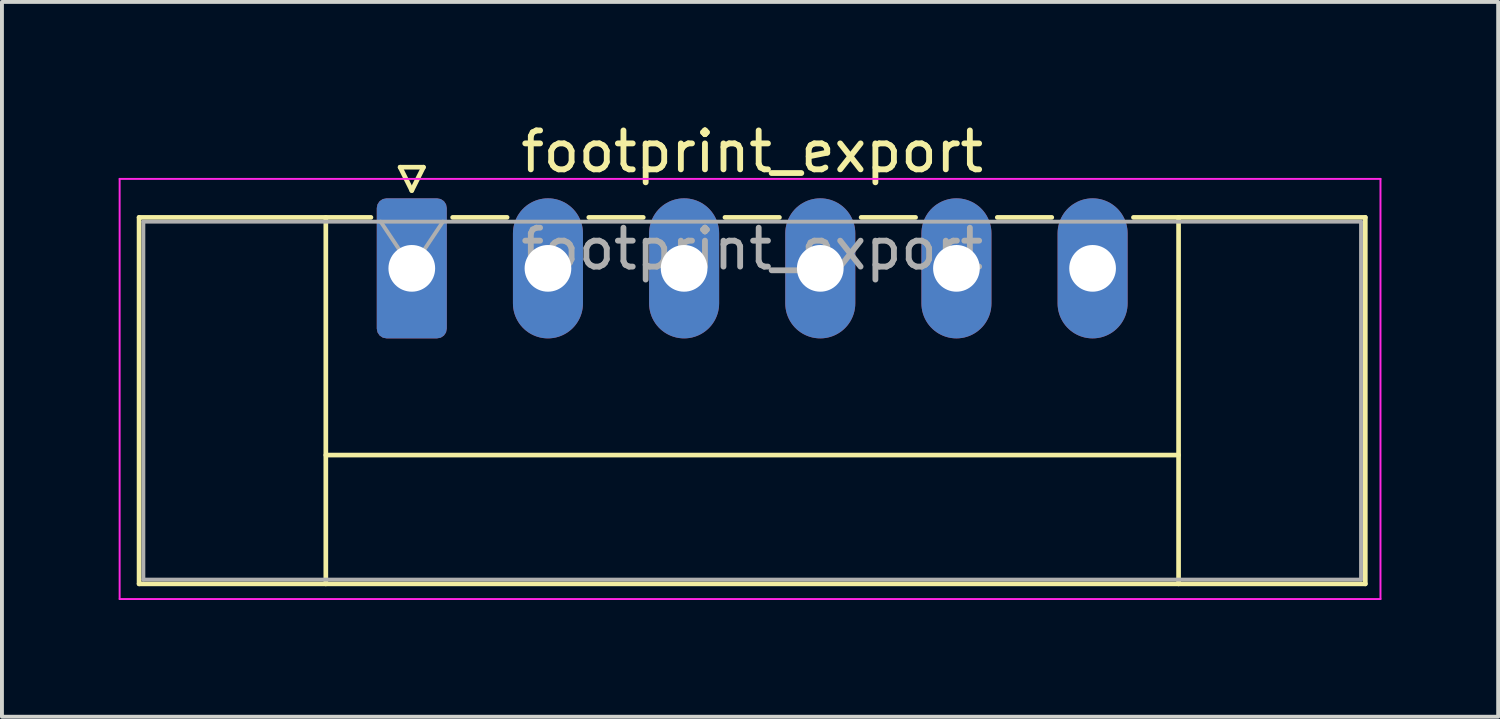
<source format=kicad_pcb>
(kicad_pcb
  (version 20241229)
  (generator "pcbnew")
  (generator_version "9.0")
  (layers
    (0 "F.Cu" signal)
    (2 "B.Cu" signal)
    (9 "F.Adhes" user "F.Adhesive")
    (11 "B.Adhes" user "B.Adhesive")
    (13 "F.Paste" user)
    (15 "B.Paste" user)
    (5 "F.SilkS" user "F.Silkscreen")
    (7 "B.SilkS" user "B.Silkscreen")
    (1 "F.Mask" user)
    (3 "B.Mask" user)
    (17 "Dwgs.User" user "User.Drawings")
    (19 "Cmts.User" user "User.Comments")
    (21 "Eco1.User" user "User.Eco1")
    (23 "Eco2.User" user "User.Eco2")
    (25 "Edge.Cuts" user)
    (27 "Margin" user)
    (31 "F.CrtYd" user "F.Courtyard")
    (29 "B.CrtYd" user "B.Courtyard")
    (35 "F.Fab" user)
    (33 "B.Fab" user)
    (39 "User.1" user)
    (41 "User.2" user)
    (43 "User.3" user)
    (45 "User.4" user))
  (footprint "footprint_export"
    (layer "F.Cu")
    (at 7.535 3.848)
    (property "Reference" "footprint_export" (at 8.75 -3 0) (layer "F.SilkS") (effects (font (size 1 1) (thickness 0.15))))
    (attr through_hole)
    (fp_line (start -7.01 -1.31) (end -7.01 8.11) (stroke (width 0.12) (type solid)) (layer "F.SilkS"))
    (fp_line (start -7.01 -1.31) (end -1.05 -1.31) (stroke (width 0.12) (type solid)) (layer "F.SilkS"))
    (fp_line (start -7.01 8.11) (end 24.51 8.11) (stroke (width 0.12) (type solid)) (layer "F.SilkS"))
    (fp_line (start -2.21 -1.31) (end -2.21 8.11) (stroke (width 0.12) (type solid)) (layer "F.SilkS"))
    (fp_line (start -2.21 4.8) (end 19.71 4.8) (stroke (width 0.12) (type solid)) (layer "F.SilkS"))
    (fp_line (start -0.3 -2.6) (end 0.3 -2.6) (stroke (width 0.12) (type solid)) (layer "F.SilkS"))
    (fp_line (start 0 -2) (end -0.3 -2.6) (stroke (width 0.12) (type solid)) (layer "F.SilkS"))
    (fp_line (start 0.3 -2.6) (end 0 -2) (stroke (width 0.12) (type solid)) (layer "F.SilkS"))
    (fp_line (start 1.05 -1.31) (end 2.45 -1.31) (stroke (width 0.12) (type solid)) (layer "F.SilkS"))
    (fp_line (start 4.55 -1.31) (end 5.95 -1.31) (stroke (width 0.12) (type solid)) (layer "F.SilkS"))
    (fp_line (start 8.05 -1.31) (end 9.45 -1.31) (stroke (width 0.12) (type solid)) (layer "F.SilkS"))
    (fp_line (start 11.55 -1.31) (end 12.95 -1.31) (stroke (width 0.12) (type solid)) (layer "F.SilkS"))
    (fp_line (start 15.05 -1.31) (end 16.45 -1.31) (stroke (width 0.12) (type solid)) (layer "F.SilkS"))
    (fp_line (start 19.71 -1.31) (end 19.71 8.11) (stroke (width 0.12) (type solid)) (layer "F.SilkS"))
    (fp_line (start 24.51 -1.31) (end 18.55 -1.31) (stroke (width 0.12) (type solid)) (layer "F.SilkS"))
    (fp_line (start 24.51 8.11) (end 24.51 -1.31) (stroke (width 0.12) (type solid)) (layer "F.SilkS"))
    (fp_line (start -7.51 -2.3) (end -7.51 8.5) (stroke (width 0.05) (type solid)) (layer "F.CrtYd"))
    (fp_line (start -7.51 8.5) (end 24.9 8.5) (stroke (width 0.05) (type solid)) (layer "F.CrtYd"))
    (fp_line (start 24.9 -2.3) (end -7.51 -2.3) (stroke (width 0.05) (type solid)) (layer "F.CrtYd"))
    (fp_line (start 24.9 8.5) (end 24.9 -2.3) (stroke (width 0.05) (type solid)) (layer "F.CrtYd"))
    (fp_line (start -6.9 -1.2) (end -6.9 8) (stroke (width 0.1) (type solid)) (layer "F.Fab"))
    (fp_line (start -6.9 8) (end 24.4 8) (stroke (width 0.1) (type solid)) (layer "F.Fab"))
    (fp_line (start 0 0) (end -0.8 -1.2) (stroke (width 0.1) (type solid)) (layer "F.Fab"))
    (fp_line (start 0.8 -1.2) (end 0 0) (stroke (width 0.1) (type solid)) (layer "F.Fab"))
    (fp_line (start 24.4 -1.2) (end -6.9 -1.2) (stroke (width 0.1) (type solid)) (layer "F.Fab"))
    (fp_line (start 24.4 8) (end 24.4 -1.2) (stroke (width 0.1) (type solid)) (layer "F.Fab"))
    (fp_text user "${REFERENCE}" (at 8.75 -0.5 0) (layer "F.Fab") (effects (font (size 1 1) (thickness 0.15))))
    (pad "1" thru_hole roundrect (at 0 0) (size 1.8 3.6) (drill 1.2) (layers "*.Cu" "*.Mask") (roundrect_rratio 0.139))
    (pad "2" thru_hole oval (at 3.5 0) (size 1.8 3.6) (drill 1.2) (layers "*.Cu" "*.Mask"))
    (pad "3" thru_hole oval (at 7 0) (size 1.8 3.6) (drill 1.2) (layers "*.Cu" "*.Mask"))
    (pad "4" thru_hole oval (at 10.5 0) (size 1.8 3.6) (drill 1.2) (layers "*.Cu" "*.Mask"))
    (pad "5" thru_hole oval (at 14 0) (size 1.8 3.6) (drill 1.2) (layers "*.Cu" "*.Mask"))
    (pad "6" thru_hole oval (at 17.5 0) (size 1.8 3.6) (drill 1.2) (layers "*.Cu" "*.Mask")))
  (gr_rect
    (start -3 -3)
    (end 35.46 15.373)
    (stroke (width 0.1) (type default))
    (fill no)
    (layer "Edge.Cuts")))
</source>
